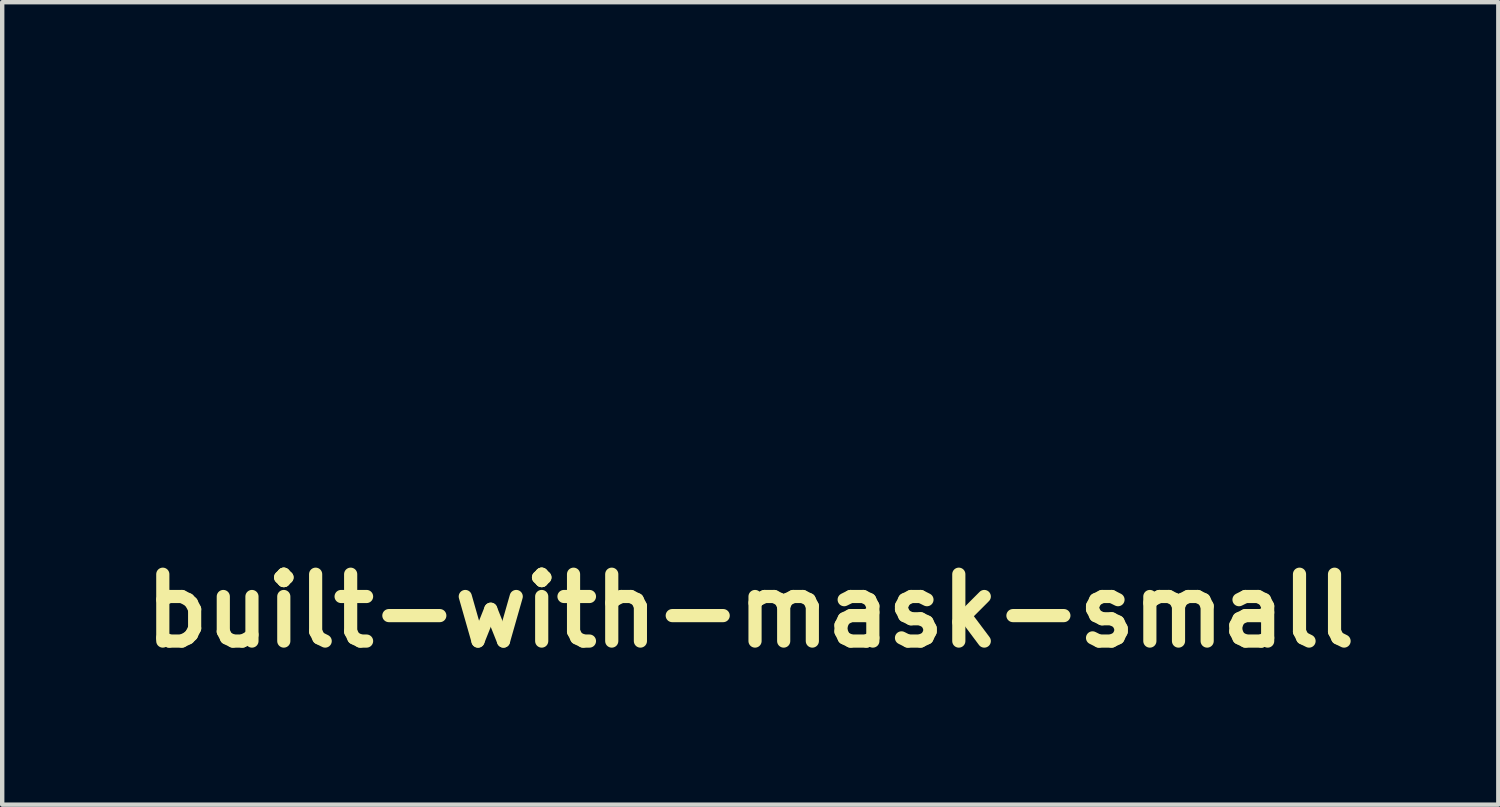
<source format=kicad_pcb>
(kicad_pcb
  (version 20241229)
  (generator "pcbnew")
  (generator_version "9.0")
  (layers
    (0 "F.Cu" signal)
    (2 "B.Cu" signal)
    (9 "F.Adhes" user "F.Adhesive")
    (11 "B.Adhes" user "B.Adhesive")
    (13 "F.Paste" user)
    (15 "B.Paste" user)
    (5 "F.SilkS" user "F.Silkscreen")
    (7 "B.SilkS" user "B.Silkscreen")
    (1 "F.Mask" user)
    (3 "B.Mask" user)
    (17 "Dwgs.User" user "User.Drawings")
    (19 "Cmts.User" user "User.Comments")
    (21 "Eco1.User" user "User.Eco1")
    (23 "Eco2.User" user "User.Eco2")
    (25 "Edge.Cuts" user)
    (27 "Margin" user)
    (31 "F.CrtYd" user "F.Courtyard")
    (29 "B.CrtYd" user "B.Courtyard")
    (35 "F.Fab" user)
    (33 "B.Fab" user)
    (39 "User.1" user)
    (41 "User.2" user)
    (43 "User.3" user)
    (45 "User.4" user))
  (footprint "built-with-mask-small"
    (layer "F.Cu")
    (at 14.05 10.872)
    (property "Reference" "built-with-mask-small" (at 0 0 0) (layer "F.SilkS") (effects (font (size 1.524 1.524) (thickness 0.3))))
    (attr board_only exclude_from_pos_files exclude_from_bom)
    (fp_poly (pts (xy -2.267 -6.003) (xy -1.44 -6.003) (xy -1.44 -5.723) (xy -2.613 -5.723) (xy -2.613 -7.497) (xy -2.267 -7.497)) (stroke (width 0) (type solid)) (fill yes) (layer "F.Mask"))
    (fp_poly (pts (xy 6.28 -8.444) (xy 6.56 -8.444) (xy 6.56 -8.231) (xy 5.72 -8.231) (xy 5.72 -8.444) (xy 6.013 -8.444) (xy 6.013 -9.058) (xy 5.72 -9.058) (xy 5.72 -9.272) (xy 6.28 -9.272)) (stroke (width 0) (type solid)) (fill yes) (layer "F.Mask"))
    (fp_poly (pts (xy 1.56 -8.444) (xy 1.853 -8.444) (xy 1.853 -8.231) (xy 0.973 -8.231) (xy 0.973 -8.444) (xy 1.28 -8.444) (xy 1.28 -9.484) (xy 0.98 -9.492) (xy 0.976 -9.602) (xy 0.972 -9.712) (xy 1.56 -9.712)) (stroke (width 0) (type solid)) (fill yes) (layer "F.Mask"))
    (fp_poly (pts (xy 0.373 -8.444) (xy 0.653 -8.444) (xy 0.653 -8.231) (xy -0.187 -8.231) (xy -0.187 -8.444) (xy -0.043 -8.447) (xy 0.1 -8.451) (xy 0.104 -8.755) (xy 0.107 -9.058) (xy -0.187 -9.058) (xy -0.187 -9.272) (xy 0.373 -9.272)) (stroke (width 0) (type solid)) (fill yes) (layer "F.Mask"))
    (fp_poly (pts (xy 0.264 -9.68) (xy 0.32 -9.66) (xy 0.36 -9.623) (xy 0.383 -9.576) (xy 0.387 -9.524) (xy 0.37 -9.473) (xy 0.348 -9.444) (xy 0.319 -9.419) (xy 0.294 -9.406) (xy 0.289 -9.405) (xy 0.258 -9.401) (xy 0.251 -9.399) (xy 0.226 -9.399) (xy 0.195 -9.405) (xy 0.144 -9.431) (xy 0.105 -9.471) (xy 0.087 -9.512) (xy 0.087 -9.566) (xy 0.109 -9.614) (xy 0.148 -9.653) (xy 0.199 -9.677) (xy 0.256 -9.681)) (stroke (width 0) (type solid)) (fill yes) (layer "F.Mask"))
    (fp_poly (pts (xy 6.177 -9.679) (xy 6.23 -9.659) (xy 6.259 -9.636) (xy 6.282 -9.606) (xy 6.292 -9.571) (xy 6.293 -9.538) (xy 6.291 -9.495) (xy 6.279 -9.467) (xy 6.254 -9.441) (xy 6.252 -9.439) (xy 6.222 -9.417) (xy 6.197 -9.406) (xy 6.193 -9.405) (xy 6.164 -9.401) (xy 6.158 -9.399) (xy 6.133 -9.399) (xy 6.099 -9.406) (xy 6.045 -9.434) (xy 6.009 -9.478) (xy 5.995 -9.534) (xy 6.001 -9.584) (xy 6.027 -9.632) (xy 6.069 -9.664) (xy 6.121 -9.68)) (stroke (width 0) (type solid)) (fill yes) (layer "F.Mask"))
    (fp_poly (pts (xy 8.273 -9.705) (xy 8.277 -9.427) (xy 8.281 -9.149) (xy 8.333 -9.197) (xy 8.4 -9.246) (xy 8.469 -9.275) (xy 8.549 -9.286) (xy 8.576 -9.287) (xy 8.676 -9.276) (xy 8.76 -9.245) (xy 8.829 -9.193) (xy 8.882 -9.119) (xy 8.896 -9.091) (xy 8.905 -9.071) (xy 8.912 -9.051) (xy 8.917 -9.028) (xy 8.921 -8.998) (xy 8.924 -8.958) (xy 8.926 -8.905) (xy 8.928 -8.836) (xy 8.929 -8.746) (xy 8.931 -8.634) (xy 8.931 -8.628) (xy 8.935 -8.231) (xy 8.668 -8.231) (xy 8.664 -8.604) (xy 8.66 -8.978) (xy 8.617 -9.021) (xy 8.59 -9.045) (xy 8.562 -9.059) (xy 8.524 -9.066) (xy 8.488 -9.069) (xy 8.436 -9.071) (xy 8.398 -9.066) (xy 8.364 -9.052) (xy 8.34 -9.039) (xy 8.28 -9.004) (xy 8.28 -8.231) (xy 8.013 -8.231) (xy 8.013 -9.713)) (stroke (width 0) (type solid)) (fill yes) (layer "F.Mask"))
    (fp_poly (pts (xy 7.162 -7.051) (xy 7.261 -7.02) (xy 7.343 -6.969) (xy 7.409 -6.897) (xy 7.457 -6.804) (xy 7.488 -6.691) (xy 7.493 -6.662) (xy 7.496 -6.626) (xy 7.499 -6.567) (xy 7.502 -6.49) (xy 7.504 -6.398) (xy 7.506 -6.296) (xy 7.506 -6.189) (xy 7.506 -6.146) (xy 7.507 -5.722) (xy 7.337 -5.726) (xy 7.167 -5.73) (xy 7.16 -6.19) (xy 7.158 -6.315) (xy 7.156 -6.416) (xy 7.154 -6.496) (xy 7.152 -6.558) (xy 7.149 -6.605) (xy 7.145 -6.639) (xy 7.141 -6.664) (xy 7.135 -6.681) (xy 7.13 -6.693) (xy 7.092 -6.739) (xy 7.034 -6.769) (xy 6.956 -6.786) (xy 6.946 -6.787) (xy 6.861 -6.785) (xy 6.789 -6.763) (xy 6.722 -6.717) (xy 6.718 -6.714) (xy 6.667 -6.667) (xy 6.667 -5.723) (xy 6.333 -5.723) (xy 6.333 -7.044) (xy 6.637 -7.044) (xy 6.646 -6.957) (xy 6.656 -6.87) (xy 6.728 -6.936) (xy 6.817 -7.002) (xy 6.914 -7.042) (xy 7.021 -7.06) (xy 7.047 -7.06)) (stroke (width 0) (type solid)) (fill yes) (layer "F.Mask"))
    (fp_poly (pts (xy 7.32 -9.272) (xy 7.707 -9.272) (xy 7.707 -9.071) (xy 7.32 -9.071) (xy 7.32 -8.808) (xy 7.321 -8.705) (xy 7.323 -8.624) (xy 7.328 -8.564) (xy 7.337 -8.52) (xy 7.351 -8.49) (xy 7.37 -8.469) (xy 7.395 -8.454) (xy 7.421 -8.444) (xy 7.462 -8.437) (xy 7.52 -8.435) (xy 7.585 -8.437) (xy 7.646 -8.444) (xy 7.689 -8.452) (xy 7.706 -8.455) (xy 7.718 -8.447) (xy 7.727 -8.424) (xy 7.735 -8.383) (xy 7.74 -8.343) (xy 7.744 -8.303) (xy 7.741 -8.28) (xy 7.729 -8.268) (xy 7.711 -8.26) (xy 7.643 -8.24) (xy 7.561 -8.226) (xy 7.472 -8.219) (xy 7.386 -8.219) (xy 7.31 -8.227) (xy 7.26 -8.239) (xy 7.196 -8.275) (xy 7.136 -8.33) (xy 7.089 -8.398) (xy 7.08 -8.417) (xy 7.072 -8.437) (xy 7.067 -8.462) (xy 7.063 -8.496) (xy 7.06 -8.543) (xy 7.058 -8.607) (xy 7.057 -8.691) (xy 7.056 -8.761) (xy 7.052 -9.071) (xy 6.813 -9.071) (xy 6.813 -9.272) (xy 7.053 -9.272) (xy 7.053 -9.525) (xy 7.32 -9.525)) (stroke (width 0) (type solid)) (fill yes) (layer "F.Mask"))
    (fp_poly (pts (xy -0.785 -6.587) (xy -0.783 -6.463) (xy -0.782 -6.364) (xy -0.78 -6.285) (xy -0.778 -6.224) (xy -0.776 -6.178) (xy -0.772 -6.143) (xy -0.768 -6.118) (xy -0.763 -6.098) (xy -0.756 -6.082) (xy -0.753 -6.077) (xy -0.714 -6.024) (xy -0.658 -5.991) (xy -0.584 -5.977) (xy -0.56 -5.977) (xy -0.474 -5.988) (xy -0.399 -6.02) (xy -0.343 -6.069) (xy -0.307 -6.112) (xy -0.307 -7.044) (xy 0.027 -7.044) (xy 0.027 -5.722) (xy -0.273 -5.73) (xy -0.277 -5.77) (xy -0.282 -5.813) (xy -0.288 -5.854) (xy -0.295 -5.899) (xy -0.367 -5.83) (xy -0.412 -5.792) (xy -0.459 -5.758) (xy -0.497 -5.737) (xy -0.58 -5.712) (xy -0.674 -5.703) (xy -0.766 -5.712) (xy -0.774 -5.714) (xy -0.871 -5.747) (xy -0.952 -5.798) (xy -1.017 -5.871) (xy -1.069 -5.965) (xy -1.083 -6) (xy -1.091 -6.022) (xy -1.097 -6.044) (xy -1.102 -6.069) (xy -1.106 -6.102) (xy -1.109 -6.144) (xy -1.111 -6.198) (xy -1.113 -6.268) (xy -1.114 -6.357) (xy -1.116 -6.467) (xy -1.117 -6.56) (xy -1.122 -7.044) (xy -0.789 -7.044)) (stroke (width 0) (type solid)) (fill yes) (layer "F.Mask"))
    (fp_poly (pts (xy 4.187 -7.049) (xy 4.285 -7.017) (xy 4.365 -6.965) (xy 4.429 -6.891) (xy 4.476 -6.798) (xy 4.506 -6.684) (xy 4.506 -6.679) (xy 4.51 -6.646) (xy 4.513 -6.589) (xy 4.515 -6.514) (xy 4.517 -6.424) (xy 4.519 -6.324) (xy 4.52 -6.216) (xy 4.52 -6.16) (xy 4.52 -5.723) (xy 4.188 -5.723) (xy 4.184 -6.173) (xy 4.183 -6.296) (xy 4.182 -6.394) (xy 4.18 -6.472) (xy 4.178 -6.532) (xy 4.176 -6.578) (xy 4.172 -6.612) (xy 4.168 -6.636) (xy 4.162 -6.655) (xy 4.156 -6.671) (xy 4.153 -6.676) (xy 4.118 -6.73) (xy 4.072 -6.764) (xy 4.01 -6.782) (xy 3.979 -6.786) (xy 3.885 -6.785) (xy 3.807 -6.764) (xy 3.741 -6.721) (xy 3.73 -6.71) (xy 3.68 -6.66) (xy 3.68 -5.723) (xy 3.347 -5.723) (xy 3.347 -7.044) (xy 3.651 -7.044) (xy 3.66 -6.957) (xy 3.666 -6.913) (xy 3.67 -6.882) (xy 3.672 -6.87) (xy 3.682 -6.879) (xy 3.707 -6.901) (xy 3.74 -6.932) (xy 3.745 -6.936) (xy 3.823 -6.998) (xy 3.908 -7.037) (xy 4.004 -7.057) (xy 4.073 -7.06)) (stroke (width 0) (type solid)) (fill yes) (layer "F.Mask"))
    (fp_poly (pts (xy 2.587 -9.272) (xy 2.973 -9.272) (xy 2.973 -9.071) (xy 2.587 -9.071) (xy 2.587 -8.835) (xy 2.587 -8.732) (xy 2.59 -8.653) (xy 2.595 -8.592) (xy 2.603 -8.547) (xy 2.615 -8.513) (xy 2.632 -8.487) (xy 2.648 -8.47) (xy 2.67 -8.453) (xy 2.695 -8.443) (xy 2.732 -8.439) (xy 2.778 -8.438) (xy 2.837 -8.439) (xy 2.895 -8.443) (xy 2.935 -8.447) (xy 2.998 -8.457) (xy 3.006 -8.387) (xy 3.013 -8.343) (xy 3.019 -8.308) (xy 3.021 -8.296) (xy 3.018 -8.279) (xy 2.995 -8.263) (xy 2.964 -8.251) (xy 2.914 -8.238) (xy 2.848 -8.229) (xy 2.773 -8.223) (xy 2.697 -8.221) (xy 2.627 -8.223) (xy 2.57 -8.229) (xy 2.543 -8.236) (xy 2.461 -8.28) (xy 2.398 -8.343) (xy 2.362 -8.403) (xy 2.35 -8.428) (xy 2.342 -8.452) (xy 2.335 -8.478) (xy 2.331 -8.511) (xy 2.328 -8.554) (xy 2.325 -8.612) (xy 2.324 -8.689) (xy 2.322 -8.774) (xy 2.317 -9.07) (xy 2.202 -9.074) (xy 2.087 -9.078) (xy 2.083 -9.175) (xy 2.079 -9.272) (xy 2.32 -9.272) (xy 2.32 -9.525) (xy 2.587 -9.525)) (stroke (width 0) (type solid)) (fill yes) (layer "F.Mask"))
    (fp_poly (pts (xy -1.171 -8.908) (xy -1.169 -8.797) (xy -1.168 -8.709) (xy -1.165 -8.642) (xy -1.163 -8.591) (xy -1.159 -8.555) (xy -1.154 -8.529) (xy -1.148 -8.511) (xy -1.144 -8.504) (xy -1.109 -8.462) (xy -1.058 -8.438) (xy -0.992 -8.431) (xy -0.915 -8.441) (xy -0.853 -8.471) (xy -0.815 -8.508) (xy -0.807 -8.521) (xy -0.8 -8.536) (xy -0.795 -8.555) (xy -0.792 -8.582) (xy -0.789 -8.62) (xy -0.788 -8.673) (xy -0.787 -8.744) (xy -0.787 -8.836) (xy -0.787 -8.91) (xy -0.787 -9.272) (xy -0.52 -9.272) (xy -0.52 -8.23) (xy -0.643 -8.234) (xy -0.767 -8.238) (xy -0.771 -8.301) (xy -0.774 -8.338) (xy -0.779 -8.361) (xy -0.781 -8.364) (xy -0.793 -8.356) (xy -0.818 -8.334) (xy -0.836 -8.316) (xy -0.877 -8.281) (xy -0.923 -8.251) (xy -0.939 -8.243) (xy -0.997 -8.226) (xy -1.069 -8.219) (xy -1.144 -8.222) (xy -1.211 -8.235) (xy -1.22 -8.238) (xy -1.274 -8.268) (xy -1.327 -8.316) (xy -1.373 -8.376) (xy -1.406 -8.441) (xy -1.409 -8.449) (xy -1.416 -8.475) (xy -1.421 -8.508) (xy -1.426 -8.551) (xy -1.429 -8.607) (xy -1.432 -8.681) (xy -1.435 -8.774) (xy -1.437 -8.89) (xy -1.437 -8.895) (xy -1.442 -9.272) (xy -1.175 -9.272)) (stroke (width 0) (type solid)) (fill yes) (layer "F.Mask"))
    (fp_poly (pts (xy 5.23 -7.494) (xy 5.35 -7.492) (xy 5.447 -7.489) (xy 5.523 -7.486) (xy 5.581 -7.482) (xy 5.624 -7.478) (xy 5.655 -7.472) (xy 5.667 -7.468) (xy 5.785 -7.419) (xy 5.881 -7.359) (xy 5.957 -7.284) (xy 6.018 -7.193) (xy 6.031 -7.167) (xy 6.05 -7.125) (xy 6.062 -7.09) (xy 6.069 -7.054) (xy 6.072 -7.01) (xy 6.073 -6.949) (xy 6.073 -6.93) (xy 6.073 -6.862) (xy 6.07 -6.813) (xy 6.064 -6.776) (xy 6.053 -6.742) (xy 6.038 -6.707) (xy 5.977 -6.609) (xy 5.896 -6.525) (xy 5.797 -6.457) (xy 5.684 -6.41) (xy 5.639 -6.397) (xy 5.575 -6.387) (xy 5.49 -6.38) (xy 5.388 -6.377) (xy 5.37 -6.377) (xy 5.187 -6.377) (xy 5.187 -5.723) (xy 4.853 -5.723) (xy 4.853 -7.217) (xy 5.187 -7.217) (xy 5.187 -6.657) (xy 5.363 -6.657) (xy 5.442 -6.658) (xy 5.499 -6.661) (xy 5.541 -6.666) (xy 5.573 -6.674) (xy 5.593 -6.682) (xy 5.632 -6.703) (xy 5.664 -6.726) (xy 5.669 -6.732) (xy 5.708 -6.794) (xy 5.729 -6.869) (xy 5.733 -6.949) (xy 5.719 -7.029) (xy 5.689 -7.099) (xy 5.663 -7.135) (xy 5.628 -7.167) (xy 5.587 -7.19) (xy 5.536 -7.205) (xy 5.47 -7.213) (xy 5.384 -7.217) (xy 5.357 -7.217) (xy 5.187 -7.217) (xy 4.853 -7.217) (xy 4.853 -7.5)) (stroke (width 0) (type solid)) (fill yes) (layer "F.Mask"))
    (fp_poly (pts (xy 8.346 -7.494) (xy 8.431 -7.492) (xy 8.501 -7.489) (xy 8.552 -7.486) (xy 8.567 -7.484) (xy 8.653 -7.463) (xy 8.742 -7.43) (xy 8.824 -7.387) (xy 8.89 -7.339) (xy 8.904 -7.326) (xy 8.976 -7.237) (xy 9.027 -7.136) (xy 9.057 -7.029) (xy 9.066 -6.919) (xy 9.053 -6.809) (xy 9.019 -6.705) (xy 8.964 -6.61) (xy 8.901 -6.539) (xy 8.829 -6.481) (xy 8.75 -6.438) (xy 8.66 -6.407) (xy 8.556 -6.388) (xy 8.432 -6.378) (xy 8.357 -6.377) (xy 8.173 -6.377) (xy 8.173 -5.723) (xy 8.006 -5.723) (xy 7.93 -5.724) (xy 7.877 -5.727) (xy 7.846 -5.732) (xy 7.833 -5.739) (xy 7.833 -5.74) (xy 7.832 -5.756) (xy 7.831 -5.796) (xy 7.83 -5.858) (xy 7.83 -5.941) (xy 7.829 -6.041) (xy 7.829 -6.156) (xy 7.829 -6.284) (xy 7.829 -6.423) (xy 7.83 -6.571) (xy 7.83 -6.623) (xy 7.832 -7.217) (xy 8.173 -7.217) (xy 8.173 -6.657) (xy 8.349 -6.657) (xy 8.424 -6.657) (xy 8.479 -6.659) (xy 8.519 -6.664) (xy 8.55 -6.671) (xy 8.578 -6.682) (xy 8.583 -6.685) (xy 8.642 -6.728) (xy 8.686 -6.786) (xy 8.712 -6.857) (xy 8.721 -6.933) (xy 8.712 -7.009) (xy 8.685 -7.081) (xy 8.642 -7.138) (xy 8.606 -7.169) (xy 8.567 -7.19) (xy 8.519 -7.205) (xy 8.457 -7.213) (xy 8.376 -7.217) (xy 8.33 -7.217) (xy 8.173 -7.217) (xy 7.832 -7.217) (xy 7.833 -7.491) (xy 8.153 -7.494) (xy 8.252 -7.495)) (stroke (width 0) (type solid)) (fill yes) (layer "F.Mask"))
    (fp_poly (pts (xy 1.373 -7.052) (xy 1.438 -7.025) (xy 1.49 -6.976) (xy 1.527 -6.917) (xy 1.567 -6.837) (xy 1.57 -6.28) (xy 1.574 -5.722) (xy 1.273 -5.73) (xy 1.267 -6.241) (xy 1.265 -6.371) (xy 1.263 -6.478) (xy 1.262 -6.563) (xy 1.26 -6.629) (xy 1.257 -6.678) (xy 1.255 -6.714) (xy 1.251 -6.738) (xy 1.247 -6.754) (xy 1.242 -6.764) (xy 1.235 -6.77) (xy 1.234 -6.771) (xy 1.191 -6.788) (xy 1.145 -6.785) (xy 1.107 -6.764) (xy 1.1 -6.756) (xy 1.094 -6.746) (xy 1.09 -6.731) (xy 1.086 -6.709) (xy 1.084 -6.676) (xy 1.082 -6.631) (xy 1.081 -6.57) (xy 1.08 -6.492) (xy 1.08 -6.392) (xy 1.08 -6.27) (xy 1.08 -6.23) (xy 1.08 -5.723) (xy 0.788 -5.723) (xy 0.784 -6.229) (xy 0.783 -6.358) (xy 0.782 -6.464) (xy 0.78 -6.549) (xy 0.779 -6.614) (xy 0.777 -6.664) (xy 0.774 -6.7) (xy 0.771 -6.725) (xy 0.766 -6.742) (xy 0.761 -6.754) (xy 0.755 -6.762) (xy 0.717 -6.786) (xy 0.673 -6.787) (xy 0.63 -6.767) (xy 0.619 -6.757) (xy 0.587 -6.725) (xy 0.587 -5.723) (xy 0.28 -5.723) (xy 0.28 -7.044) (xy 0.573 -7.044) (xy 0.573 -6.978) (xy 0.576 -6.938) (xy 0.582 -6.91) (xy 0.587 -6.904) (xy 0.599 -6.905) (xy 0.6 -6.909) (xy 0.61 -6.932) (xy 0.636 -6.964) (xy 0.67 -6.997) (xy 0.707 -7.025) (xy 0.739 -7.043) (xy 0.742 -7.044) (xy 0.816 -7.059) (xy 0.888 -7.057) (xy 0.952 -7.038) (xy 1.003 -7.004) (xy 1.024 -6.976) (xy 1.045 -6.946) (xy 1.061 -6.94) (xy 1.076 -6.956) (xy 1.08 -6.963) (xy 1.112 -6.999) (xy 1.163 -7.03) (xy 1.225 -7.051) (xy 1.291 -7.06) (xy 1.291 -7.06)) (stroke (width 0) (type solid)) (fill yes) (layer "F.Mask"))
    (fp_poly (pts (xy 2.617 -7.043) (xy 2.726 -7.005) (xy 2.823 -6.948) (xy 2.904 -6.874) (xy 2.944 -6.821) (xy 2.989 -6.736) (xy 3.021 -6.644) (xy 3.041 -6.537) (xy 3.05 -6.427) (xy 3.057 -6.27) (xy 2.158 -6.27) (xy 2.167 -6.24) (xy 2.203 -6.154) (xy 2.257 -6.08) (xy 2.325 -6.024) (xy 2.402 -5.989) (xy 2.404 -5.989) (xy 2.468 -5.979) (xy 2.545 -5.98) (xy 2.623 -5.989) (xy 2.69 -6.006) (xy 2.707 -6.012) (xy 2.756 -6.038) (xy 2.803 -6.07) (xy 2.815 -6.08) (xy 2.861 -6.121) (xy 3.026 -5.939) (xy 2.989 -5.899) (xy 2.947 -5.862) (xy 2.889 -5.82) (xy 2.825 -5.781) (xy 2.764 -5.751) (xy 2.752 -5.746) (xy 2.72 -5.737) (xy 2.672 -5.726) (xy 2.617 -5.715) (xy 2.563 -5.706) (xy 2.517 -5.699) (xy 2.487 -5.698) (xy 2.482 -5.698) (xy 2.465 -5.7) (xy 2.43 -5.705) (xy 2.387 -5.71) (xy 2.264 -5.737) (xy 2.15 -5.785) (xy 2.048 -5.852) (xy 1.962 -5.936) (xy 1.895 -6.033) (xy 1.865 -6.098) (xy 1.837 -6.201) (xy 1.823 -6.317) (xy 1.824 -6.44) (xy 1.827 -6.476) (xy 1.839 -6.535) (xy 2.174 -6.535) (xy 2.185 -6.523) (xy 2.21 -6.516) (xy 2.252 -6.512) (xy 2.313 -6.51) (xy 2.397 -6.51) (xy 2.448 -6.51) (xy 2.723 -6.51) (xy 2.717 -6.57) (xy 2.696 -6.647) (xy 2.654 -6.709) (xy 2.592 -6.755) (xy 2.514 -6.782) (xy 2.476 -6.788) (xy 2.393 -6.783) (xy 2.32 -6.755) (xy 2.257 -6.702) (xy 2.207 -6.627) (xy 2.198 -6.61) (xy 2.183 -6.578) (xy 2.174 -6.553) (xy 2.174 -6.535) (xy 1.839 -6.535) (xy 1.854 -6.612) (xy 1.902 -6.733) (xy 1.968 -6.837) (xy 2.052 -6.923) (xy 2.153 -6.99) (xy 2.269 -7.035) (xy 2.372 -7.056) (xy 2.497 -7.06)) (stroke (width 0) (type solid)) (fill yes) (layer "F.Mask"))
    (fp_poly (pts (xy -2.317 -9.628) (xy -2.207 -9.626) (xy -2.12 -9.623) (xy -2.052 -9.62) (xy -2.001 -9.615) (xy -1.961 -9.61) (xy -1.931 -9.602) (xy -1.924 -9.6) (xy -1.832 -9.558) (xy -1.758 -9.498) (xy -1.705 -9.424) (xy -1.674 -9.336) (xy -1.667 -9.259) (xy -1.674 -9.18) (xy -1.692 -9.117) (xy -1.713 -9.083) (xy -1.744 -9.045) (xy -1.78 -9.009) (xy -1.814 -8.98) (xy -1.841 -8.965) (xy -1.846 -8.965) (xy -1.843 -8.959) (xy -1.822 -8.943) (xy -1.79 -8.924) (xy -1.719 -8.869) (xy -1.668 -8.798) (xy -1.638 -8.713) (xy -1.631 -8.619) (xy -1.634 -8.585) (xy -1.659 -8.485) (xy -1.705 -8.401) (xy -1.772 -8.334) (xy -1.849 -8.288) (xy -1.892 -8.271) (xy -1.938 -8.257) (xy -1.991 -8.246) (xy -2.054 -8.239) (xy -2.131 -8.234) (xy -2.227 -8.232) (xy -2.345 -8.231) (xy -2.357 -8.231) (xy -2.64 -8.231) (xy -2.64 -8.845) (xy -2.373 -8.845) (xy -2.373 -8.653) (xy -2.373 -8.584) (xy -2.371 -8.525) (xy -2.368 -8.48) (xy -2.365 -8.455) (xy -2.363 -8.452) (xy -2.347 -8.448) (xy -2.309 -8.446) (xy -2.256 -8.446) (xy -2.197 -8.448) (xy -2.12 -8.453) (xy -2.065 -8.459) (xy -2.026 -8.468) (xy -1.998 -8.48) (xy -1.946 -8.52) (xy -1.916 -8.568) (xy -1.904 -8.631) (xy -1.904 -8.651) (xy -1.911 -8.719) (xy -1.934 -8.769) (xy -1.976 -8.809) (xy -1.991 -8.819) (xy -2.013 -8.83) (xy -2.039 -8.837) (xy -2.075 -8.842) (xy -2.126 -8.844) (xy -2.198 -8.845) (xy -2.203 -8.845) (xy -2.373 -8.845) (xy -2.64 -8.845) (xy -2.64 -9.042) (xy -2.374 -9.042) (xy -2.217 -9.047) (xy -2.143 -9.05) (xy -2.09 -9.055) (xy -2.052 -9.062) (xy -2.025 -9.073) (xy -2.018 -9.077) (xy -1.969 -9.121) (xy -1.94 -9.178) (xy -1.934 -9.243) (xy -1.951 -9.311) (xy -1.954 -9.319) (xy -1.977 -9.354) (xy -2.01 -9.379) (xy -2.056 -9.396) (xy -2.12 -9.406) (xy -2.206 -9.41) (xy -2.219 -9.41) (xy -2.367 -9.412) (xy -2.37 -9.227) (xy -2.374 -9.042) (xy -2.64 -9.042) (xy -2.64 -9.634)) (stroke (width 0) (type solid)) (fill yes) (layer "F.Mask"))
    (fp_poly (pts (xy 4.53 -9.631) (xy 4.572 -9.629) (xy 4.596 -9.627) (xy 4.6 -9.625) (xy 4.602 -9.61) (xy 4.606 -9.573) (xy 4.613 -9.515) (xy 4.621 -9.441) (xy 4.632 -9.355) (xy 4.643 -9.258) (xy 4.647 -9.23) (xy 4.659 -9.13) (xy 4.669 -9.04) (xy 4.679 -8.961) (xy 4.686 -8.897) (xy 4.691 -8.852) (xy 4.693 -8.829) (xy 4.693 -8.827) (xy 4.694 -8.813) (xy 4.698 -8.819) (xy 4.703 -8.845) (xy 4.712 -8.893) (xy 4.723 -8.963) (xy 4.736 -9.058) (xy 4.754 -9.177) (xy 4.761 -9.228) (xy 4.817 -9.632) (xy 4.915 -9.632) (xy 4.963 -9.63) (xy 4.997 -9.627) (xy 5.013 -9.622) (xy 5.014 -9.622) (xy 5.016 -9.603) (xy 5.021 -9.563) (xy 5.029 -9.506) (xy 5.04 -9.434) (xy 5.052 -9.353) (xy 5.065 -9.266) (xy 5.079 -9.177) (xy 5.093 -9.09) (xy 5.105 -9.009) (xy 5.117 -8.938) (xy 5.126 -8.881) (xy 5.133 -8.842) (xy 5.136 -8.824) (xy 5.136 -8.824) (xy 5.139 -8.835) (xy 5.145 -8.87) (xy 5.152 -8.924) (xy 5.161 -8.995) (xy 5.172 -9.08) (xy 5.184 -9.174) (xy 5.185 -9.189) (xy 5.197 -9.287) (xy 5.208 -9.378) (xy 5.218 -9.458) (xy 5.226 -9.523) (xy 5.233 -9.57) (xy 5.236 -9.594) (xy 5.236 -9.595) (xy 5.243 -9.632) (xy 5.362 -9.632) (xy 5.419 -9.631) (xy 5.454 -9.629) (xy 5.472 -9.624) (xy 5.479 -9.615) (xy 5.48 -9.608) (xy 5.478 -9.59) (xy 5.473 -9.549) (xy 5.465 -9.487) (xy 5.454 -9.405) (xy 5.441 -9.308) (xy 5.426 -9.197) (xy 5.409 -9.076) (xy 5.392 -8.946) (xy 5.387 -8.911) (xy 5.369 -8.78) (xy 5.352 -8.658) (xy 5.336 -8.546) (xy 5.323 -8.447) (xy 5.311 -8.364) (xy 5.302 -8.3) (xy 5.296 -8.256) (xy 5.294 -8.235) (xy 5.293 -8.234) (xy 5.281 -8.233) (xy 5.248 -8.232) (xy 5.2 -8.233) (xy 5.171 -8.234) (xy 5.048 -8.238) (xy 4.985 -8.629) (xy 4.969 -8.728) (xy 4.954 -8.818) (xy 4.941 -8.896) (xy 4.93 -8.958) (xy 4.922 -9.002) (xy 4.918 -9.024) (xy 4.917 -9.026) (xy 4.914 -9.014) (xy 4.907 -8.98) (xy 4.897 -8.926) (xy 4.886 -8.855) (xy 4.872 -8.771) (xy 4.857 -8.677) (xy 4.855 -8.661) (xy 4.84 -8.563) (xy 4.826 -8.473) (xy 4.813 -8.394) (xy 4.803 -8.33) (xy 4.795 -8.285) (xy 4.791 -8.262) (xy 4.791 -8.261) (xy 4.786 -8.247) (xy 4.775 -8.238) (xy 4.754 -8.233) (xy 4.715 -8.231) (xy 4.665 -8.231) (xy 4.613 -8.231) (xy 4.572 -8.232) (xy 4.549 -8.234) (xy 4.546 -8.234) (xy 4.544 -8.248) (xy 4.539 -8.285) (xy 4.531 -8.344) (xy 4.52 -8.422) (xy 4.507 -8.517) (xy 4.492 -8.626) (xy 4.475 -8.746) (xy 4.457 -8.876) (xy 4.449 -8.935) (xy 4.352 -9.632) (xy 4.476 -9.632)) (stroke (width 0) (type solid)) (fill yes) (layer "F.Mask"))
    (fp_poly (pts (xy -6.59 -9.442) (xy -6.187 -9.038) (xy -6.187 -8.605) (xy -4.993 -8.605) (xy -3.627 -7.237) (xy -3.627 -5.71) (xy -4.267 -5.71) (xy -4.267 -6.417) (xy -9.733 -6.417) (xy -9.733 -5.71) (xy -10.36 -5.71) (xy -10.36 -7.218) (xy -10.36 -7.403) (xy -7.828 -7.403) (xy -7.813 -7.342) (xy -7.8 -7.317) (xy -7.754 -7.265) (xy -7.685 -7.215) (xy -7.596 -7.17) (xy -7.49 -7.131) (xy -7.372 -7.1) (xy -7.243 -7.077) (xy -7.2 -7.071) (xy -7.108 -7.065) (xy -6.999 -7.064) (xy -6.885 -7.068) (xy -6.775 -7.077) (xy -6.679 -7.089) (xy -6.662 -7.092) (xy -6.54 -7.121) (xy -6.432 -7.158) (xy -6.339 -7.202) (xy -6.264 -7.251) (xy -6.208 -7.304) (xy -6.174 -7.359) (xy -6.164 -7.415) (xy -6.165 -7.427) (xy -6.188 -7.49) (xy -6.234 -7.547) (xy -6.301 -7.599) (xy -6.386 -7.644) (xy -6.487 -7.683) (xy -6.601 -7.714) (xy -6.725 -7.737) (xy -6.857 -7.751) (xy -6.993 -7.757) (xy -7.132 -7.752) (xy -7.271 -7.737) (xy -7.406 -7.711) (xy -7.428 -7.706) (xy -7.547 -7.669) (xy -7.647 -7.626) (xy -7.726 -7.576) (xy -7.783 -7.522) (xy -7.818 -7.464) (xy -7.828 -7.403) (xy -10.36 -7.403) (xy -10.36 -7.454) (xy -10.36 -7.665) (xy -10.36 -7.853) (xy -10.359 -7.94) (xy -9.998 -7.94) (xy -9.998 -7.842) (xy -9.997 -7.758) (xy -9.996 -7.691) (xy -9.994 -7.644) (xy -9.992 -7.62) (xy -9.991 -7.617) (xy -9.98 -7.626) (xy -9.952 -7.653) (xy -9.908 -7.695) (xy -9.852 -7.751) (xy -9.784 -7.818) (xy -9.706 -7.896) (xy -9.62 -7.983) (xy -9.529 -8.076) (xy -9.493 -8.111) (xy -9.007 -8.606) (xy -8.403 -8.605) (xy -7.8 -8.605) (xy -7.8 -9.038) (xy -7.583 -9.255) (xy -7.367 -9.472) (xy -8.288 -9.472) (xy -8.468 -9.472) (xy -8.624 -9.471) (xy -8.756 -9.471) (xy -8.869 -9.471) (xy -8.963 -9.47) (xy -9.041 -9.469) (xy -9.104 -9.467) (xy -9.155 -9.466) (xy -9.196 -9.463) (xy -9.229 -9.46) (xy -9.256 -9.457) (xy -9.279 -9.453) (xy -9.3 -9.448) (xy -9.31 -9.446) (xy -9.456 -9.395) (xy -9.59 -9.322) (xy -9.709 -9.228) (xy -9.81 -9.116) (xy -9.892 -8.987) (xy -9.899 -8.971) (xy -9.921 -8.927) (xy -9.939 -8.888) (xy -9.953 -8.85) (xy -9.965 -8.812) (xy -9.974 -8.769) (xy -9.981 -8.718) (xy -9.986 -8.658) (xy -9.99 -8.585) (xy -9.993 -8.495) (xy -9.994 -8.387) (xy -9.996 -8.256) (xy -9.997 -8.168) (xy -9.998 -8.049) (xy -9.998 -7.94) (xy -10.359 -7.94) (xy -10.359 -8.018) (xy -10.359 -8.163) (xy -10.358 -8.288) (xy -10.357 -8.397) (xy -10.356 -8.489) (xy -10.355 -8.566) (xy -10.354 -8.631) (xy -10.352 -8.684) (xy -10.35 -8.727) (xy -10.348 -8.761) (xy -10.345 -8.789) (xy -10.342 -8.811) (xy -10.339 -8.829) (xy -10.29 -9.002) (xy -10.217 -9.164) (xy -10.123 -9.315) (xy -10.009 -9.452) (xy -9.878 -9.571) (xy -9.73 -9.672) (xy -9.569 -9.753) (xy -9.5 -9.779) (xy -9.466 -9.79) (xy -9.434 -9.8) (xy -9.401 -9.809) (xy -9.366 -9.816) (xy -9.327 -9.823) (xy -9.282 -9.828) (xy -9.229 -9.833) (xy -9.166 -9.836) (xy -9.092 -9.839) (xy -9.004 -9.841) (xy -8.9 -9.843) (xy -8.779 -9.844) (xy -8.639 -9.845) (xy -8.478 -9.845) (xy -8.294 -9.845) (xy -8.095 -9.845) (xy -6.993 -9.845)) (stroke (width 0) (type solid)) (fill yes) (layer "F.Mask"))
    (fp_poly (pts (xy -0.071 -10.872) (xy 0.518 -10.872) (xy 1.082 -10.872) (xy 1.621 -10.872) (xy 2.135 -10.872) (xy 2.626 -10.872) (xy 3.093 -10.872) (xy 3.538 -10.872) (xy 3.961 -10.872) (xy 4.362 -10.872) (xy 4.742 -10.872) (xy 5.102 -10.872) (xy 5.442 -10.872) (xy 5.763 -10.871) (xy 6.065 -10.871) (xy 6.349 -10.871) (xy 6.616 -10.871) (xy 6.866 -10.871) (xy 7.099 -10.87) (xy 7.316 -10.87) (xy 7.518 -10.87) (xy 7.706 -10.869) (xy 7.879 -10.869) (xy 8.039 -10.869) (xy 8.186 -10.868) (xy 8.321 -10.868) (xy 8.444 -10.867) (xy 8.556 -10.866) (xy 8.657 -10.866) (xy 8.748 -10.865) (xy 8.829 -10.864) (xy 8.901 -10.864) (xy 8.966 -10.863) (xy 9.022 -10.862) (xy 9.071 -10.861) (xy 9.113 -10.86) (xy 9.15 -10.859) (xy 9.181 -10.858) (xy 9.207 -10.857) (xy 9.228 -10.856) (xy 9.246 -10.854) (xy 9.26 -10.853) (xy 9.272 -10.852) (xy 9.282 -10.85) (xy 9.291 -10.849) (xy 9.298 -10.847) (xy 9.304 -10.846) (xy 9.47 -10.793) (xy 9.621 -10.717) (xy 9.759 -10.62) (xy 9.88 -10.502) (xy 9.983 -10.366) (xy 10.065 -10.217) (xy 10.078 -10.19) (xy 10.09 -10.166) (xy 10.101 -10.144) (xy 10.11 -10.123) (xy 10.119 -10.101) (xy 10.127 -10.077) (xy 10.134 -10.051) (xy 10.14 -10.019) (xy 10.145 -9.982) (xy 10.149 -9.939) (xy 10.153 -9.886) (xy 10.157 -9.825) (xy 10.159 -9.752) (xy 10.161 -9.668) (xy 10.163 -9.57) (xy 10.164 -9.458) (xy 10.165 -9.33) (xy 10.166 -9.184) (xy 10.167 -9.02) (xy 10.167 -8.837) (xy 10.167 -8.633) (xy 10.167 -8.406) (xy 10.167 -8.156) (xy 10.167 -7.881) (xy 10.167 -7.731) (xy 10.167 -5.543) (xy 10.129 -5.423) (xy 10.064 -5.255) (xy 9.977 -5.103) (xy 9.87 -4.968) (xy 9.744 -4.85) (xy 9.6 -4.752) (xy 9.439 -4.673) (xy 9.327 -4.634) (xy 9.321 -4.632) (xy 9.314 -4.631) (xy 9.305 -4.629) (xy 9.293 -4.628) (xy 9.278 -4.627) (xy 9.26 -4.625) (xy 9.237 -4.624) (xy 9.209 -4.623) (xy 9.176 -4.622) (xy 9.137 -4.621) (xy 9.091 -4.62) (xy 9.038 -4.619) (xy 8.978 -4.619) (xy 8.909 -4.618) (xy 8.832 -4.617) (xy 8.744 -4.616) (xy 8.647 -4.616) (xy 8.54 -4.615) (xy 8.421 -4.614) (xy 8.291 -4.614) (xy 8.148 -4.613) (xy 7.993 -4.613) (xy 7.824 -4.612) (xy 7.641 -4.612) (xy 7.444 -4.612) (xy 7.231 -4.611) (xy 7.003 -4.611) (xy 6.759 -4.61) (xy 6.498 -4.61) (xy 6.219 -4.61) (xy 5.923 -4.61) (xy 5.608 -4.609) (xy 5.274 -4.609) (xy 4.92 -4.609) (xy 4.546 -4.609) (xy 4.152 -4.609) (xy 3.736 -4.609) (xy 3.298 -4.608) (xy 2.838 -4.608) (xy 2.354 -4.608) (xy 1.847 -4.608) (xy 1.316 -4.608) (xy 0.76 -4.608) (xy 0.178 -4.608) (xy -0.429 -4.607) (xy -0.647 -4.607) (xy -1.189 -4.607) (xy -1.723 -4.607) (xy -2.247 -4.607) (xy -2.76 -4.607) (xy -3.263 -4.607) (xy -3.755 -4.607) (xy -4.234 -4.607) (xy -4.701 -4.608) (xy -5.155 -4.608) (xy -5.595 -4.608) (xy -6.02 -4.608) (xy -6.431 -4.608) (xy -6.826 -4.609) (xy -7.205 -4.609) (xy -7.567 -4.609) (xy -7.912 -4.61) (xy -8.239 -4.61) (xy -8.548 -4.61) (xy -8.837 -4.611) (xy -9.107 -4.611) (xy -9.357 -4.612) (xy -9.586 -4.612) (xy -9.793 -4.613) (xy -9.978 -4.613) (xy -10.141 -4.614) (xy -10.281 -4.614) (xy -10.397 -4.615) (xy -10.488 -4.615) (xy -10.555 -4.616) (xy -10.596 -4.617) (xy -10.61 -4.617) (xy -10.739 -4.649) (xy -10.873 -4.701) (xy -11.001 -4.769) (xy -11.117 -4.848) (xy -11.141 -4.868) (xy -11.263 -4.988) (xy -11.366 -5.126) (xy -11.449 -5.281) (xy -11.503 -5.423) (xy -11.54 -5.543) (xy -11.54 -7.731) (xy -11.54 -8.015) (xy -11.54 -8.273) (xy -11.54 -8.507) (xy -11.54 -8.719) (xy -11.539 -8.895) (xy -11.359 -8.895) (xy -11.359 -8.703) (xy -11.359 -8.489) (xy -11.358 -8.252) (xy -11.358 -7.991) (xy -11.357 -7.705) (xy -11.357 -7.691) (xy -11.353 -5.556) (xy -11.317 -5.449) (xy -11.253 -5.301) (xy -11.169 -5.168) (xy -11.066 -5.052) (xy -10.946 -4.954) (xy -10.811 -4.877) (xy -10.663 -4.822) (xy -10.633 -4.814) (xy -10.627 -4.813) (xy -10.618 -4.811) (xy -10.606 -4.81) (xy -10.592 -4.809) (xy -10.573 -4.808) (xy -10.551 -4.806) (xy -10.523 -4.805) (xy -10.49 -4.804) (xy -10.452 -4.803) (xy -10.406 -4.802) (xy -10.353 -4.801) (xy -10.293 -4.801) (xy -10.224 -4.8) (xy -10.147 -4.799) (xy -10.06 -4.798) (xy -9.963 -4.798) (xy -9.856 -4.797) (xy -9.737 -4.796) (xy -9.607 -4.796) (xy -9.464 -4.795) (xy -9.309 -4.795) (xy -9.14 -4.794) (xy -8.957 -4.794) (xy -8.76 -4.794) (xy -8.547 -4.793) (xy -8.319 -4.793) (xy -8.075 -4.793) (xy -7.814 -4.792) (xy -7.535 -4.792) (xy -7.238 -4.792) (xy -6.923 -4.792) (xy -6.589 -4.791) (xy -6.235 -4.791) (xy -5.861 -4.791) (xy -5.466 -4.791) (xy -5.05 -4.791) (xy -4.612 -4.791) (xy -4.151 -4.791) (xy -3.667 -4.791) (xy -3.16 -4.79) (xy -2.628 -4.79) (xy -2.072 -4.79) (xy -1.49 -4.79) (xy -0.882 -4.79) (xy -0.696 -4.79) (xy -0.078 -4.79) (xy 0.514 -4.79) (xy 1.08 -4.79) (xy 1.622 -4.79) (xy 2.139 -4.79) (xy 2.632 -4.79) (xy 3.102 -4.79) (xy 3.549 -4.79) (xy 3.974 -4.79) (xy 4.377 -4.79) (xy 4.76 -4.79) (xy 5.122 -4.79) (xy 5.464 -4.791) (xy 5.786 -4.791) (xy 6.09 -4.791) (xy 6.375 -4.791) (xy 6.643 -4.791) (xy 6.894 -4.792) (xy 7.128 -4.792) (xy 7.346 -4.792) (xy 7.549 -4.793) (xy 7.737 -4.793) (xy 7.911 -4.793) (xy 8.071 -4.794) (xy 8.218 -4.794) (xy 8.352 -4.795) (xy 8.474 -4.796) (xy 8.584 -4.796) (xy 8.684 -4.797) (xy 8.773 -4.798) (xy 8.853 -4.798) (xy 8.923 -4.799) (xy 8.985 -4.8) (xy 9.038 -4.801) (xy 9.084 -4.802) (xy 9.123 -4.803) (xy 9.156 -4.804) (xy 9.182 -4.805) (xy 9.204 -4.806) (xy 9.22 -4.807) (xy 9.233 -4.808) (xy 9.242 -4.81) (xy 9.244 -4.81) (xy 9.299 -4.826) (xy 9.367 -4.85) (xy 9.436 -4.879) (xy 9.467 -4.893) (xy 9.595 -4.97) (xy 9.71 -5.069) (xy 9.809 -5.186) (xy 9.889 -5.32) (xy 9.944 -5.45) (xy 9.98 -5.556) (xy 9.98 -9.905) (xy 9.949 -10.005) (xy 9.908 -10.119) (xy 9.86 -10.215) (xy 9.8 -10.303) (xy 9.722 -10.391) (xy 9.701 -10.413) (xy 9.641 -10.471) (xy 9.591 -10.513) (xy 9.543 -10.547) (xy 9.49 -10.577) (xy 9.467 -10.588) (xy 9.404 -10.616) (xy 9.337 -10.642) (xy 9.279 -10.661) (xy 9.266 -10.664) (xy 9.259 -10.666) (xy 9.248 -10.667) (xy 9.234 -10.668) (xy 9.215 -10.669) (xy 9.192 -10.671) (xy 9.163 -10.672) (xy 9.127 -10.673) (xy 9.085 -10.674) (xy 9.036 -10.674) (xy 8.979 -10.675) (xy 8.914 -10.676) (xy 8.839 -10.677) (xy 8.755 -10.678) (xy 8.662 -10.678) (xy 8.557 -10.679) (xy 8.441 -10.68) (xy 8.314 -10.68) (xy 8.174 -10.681) (xy 8.022 -10.681) (xy 7.856 -10.682) (xy 7.676 -10.682) (xy 7.481 -10.683) (xy 7.272 -10.683) (xy 7.047 -10.683) (xy 6.805 -10.684) (xy 6.547 -10.684) (xy 6.271 -10.684) (xy 5.978 -10.684) (xy 5.666 -10.685) (xy 5.334 -10.685) (xy 4.984 -10.685) (xy 4.613 -10.685) (xy 4.221 -10.685) (xy 3.809 -10.685) (xy 3.374 -10.685) (xy 2.917 -10.685) (xy 2.437 -10.685) (xy 1.933 -10.686) (xy 1.405 -10.686) (xy 0.853 -10.686) (xy 0.276 -10.686) (xy -0.328 -10.686) (xy -0.687 -10.686) (xy -1.305 -10.686) (xy -1.897 -10.686) (xy -2.464 -10.686) (xy -3.006 -10.686) (xy -3.523 -10.686) (xy -4.017 -10.685) (xy -4.487 -10.685) (xy -4.935 -10.685) (xy -5.36 -10.685) (xy -5.764 -10.685) (xy -6.146 -10.685) (xy -6.509 -10.685) (xy -6.851 -10.685) (xy -7.174 -10.684) (xy -7.478 -10.684) (xy -7.764 -10.684) (xy -8.032 -10.684) (xy -8.283 -10.683) (xy -8.518 -10.683) (xy -8.736 -10.683) (xy -8.939 -10.682) (xy -9.127 -10.682) (xy -9.301 -10.681) (xy -9.462 -10.681) (xy -9.609 -10.68) (xy -9.743 -10.68) (xy -9.865 -10.679) (xy -9.976 -10.679) (xy -10.076 -10.678) (xy -10.166 -10.677) (xy -10.245 -10.677) (xy -10.316 -10.676) (xy -10.378 -10.675) (xy -10.431 -10.674) (xy -10.477 -10.673) (xy -10.516 -10.672) (xy -10.549 -10.671) (xy -10.576 -10.67) (xy -10.597 -10.669) (xy -10.614 -10.668) (xy -10.627 -10.666) (xy -10.635 -10.665) (xy -10.639 -10.664) (xy -10.693 -10.648) (xy -10.758 -10.624) (xy -10.823 -10.596) (xy -10.84 -10.588) (xy -10.897 -10.558) (xy -10.947 -10.526) (xy -10.996 -10.487) (xy -11.053 -10.434) (xy -11.075 -10.413) (xy -11.131 -10.356) (xy -11.171 -10.31) (xy -11.203 -10.266) (xy -11.232 -10.217) (xy -11.258 -10.165) (xy -11.271 -10.139) (xy -11.283 -10.115) (xy -11.294 -10.092) (xy -11.304 -10.07) (xy -11.312 -10.047) (xy -11.32 -10.021) (xy -11.327 -9.992) (xy -11.333 -9.958) (xy -11.339 -9.917) (xy -11.343 -9.87) (xy -11.347 -9.813) (xy -11.35 -9.747) (xy -11.353 -9.669) (xy -11.355 -9.579) (xy -11.356 -9.475) (xy -11.358 -9.356) (xy -11.358 -9.22) (xy -11.359 -9.067) (xy -11.359 -8.895) (xy -11.539 -8.895) (xy -11.539 -8.908) (xy -11.539 -9.077) (xy -11.539 -9.227) (xy -11.538 -9.359) (xy -11.538 -9.475) (xy -11.537 -9.575) (xy -11.536 -9.66) (xy -11.535 -9.733) (xy -11.534 -9.794) (xy -11.532 -9.844) (xy -11.53 -9.885) (xy -11.529 -9.919) (xy -11.526 -9.945) (xy -11.524 -9.966) (xy -11.521 -9.983) (xy -11.519 -9.997) (xy -11.516 -10.005) (xy -11.457 -10.177) (xy -11.378 -10.333) (xy -11.279 -10.472) (xy -11.163 -10.593) (xy -11.031 -10.695) (xy -10.883 -10.775) (xy -10.722 -10.834) (xy -10.678 -10.846) (xy -10.67 -10.847) (xy -10.663 -10.849) (xy -10.654 -10.85) (xy -10.644 -10.852) (xy -10.632 -10.853) (xy -10.617 -10.855) (xy -10.599 -10.856) (xy -10.577 -10.857) (xy -10.551 -10.858) (xy -10.519 -10.859) (xy -10.482 -10.86) (xy -10.439 -10.861) (xy -10.389 -10.862) (xy -10.332 -10.863) (xy -10.267 -10.864) (xy -10.193 -10.865) (xy -10.111 -10.865) (xy -10.018 -10.866) (xy -9.916 -10.867) (xy -9.803 -10.867) (xy -9.679 -10.868) (xy -9.543 -10.868) (xy -9.394 -10.869) (xy -9.233 -10.869) (xy -9.058 -10.869) (xy -8.868 -10.87) (xy -8.664 -10.87) (xy -8.445 -10.87) (xy -8.21 -10.871) (xy -7.958 -10.871) (xy -7.69 -10.871) (xy -7.403 -10.871) (xy -7.099 -10.871) (xy -6.776 -10.872) (xy -6.434 -10.872) (xy -6.071 -10.872) (xy -5.689 -10.872) (xy -5.285 -10.872) (xy -4.86 -10.872) (xy -4.412 -10.872) (xy -3.942 -10.872) (xy -3.448 -10.872) (xy -2.931 -10.872) (xy -2.389 -10.872) (xy -1.822 -10.872) (xy -1.23 -10.872) (xy -0.687 -10.872)) (stroke (width 0) (type solid)) (fill yes) (layer "F.Mask")))
  (gr_rect
    (start -3 -3)
    (end 31.1 15.29)
    (stroke (width 0.1) (type default))
    (fill no)
    (layer "Edge.Cuts")))
</source>
